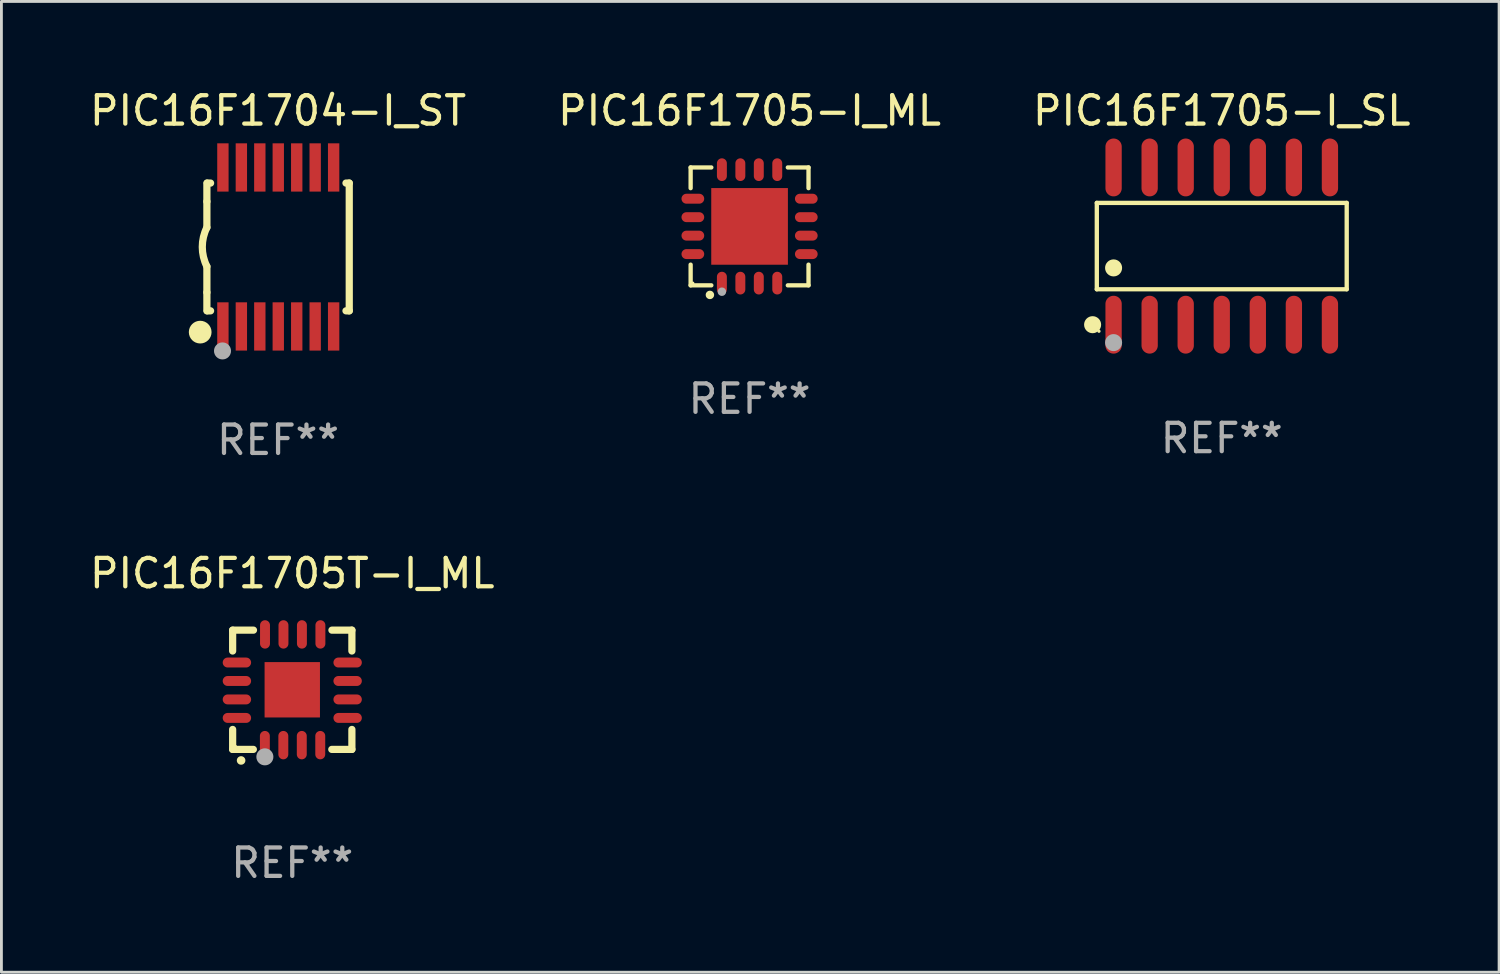
<source format=kicad_pcb>
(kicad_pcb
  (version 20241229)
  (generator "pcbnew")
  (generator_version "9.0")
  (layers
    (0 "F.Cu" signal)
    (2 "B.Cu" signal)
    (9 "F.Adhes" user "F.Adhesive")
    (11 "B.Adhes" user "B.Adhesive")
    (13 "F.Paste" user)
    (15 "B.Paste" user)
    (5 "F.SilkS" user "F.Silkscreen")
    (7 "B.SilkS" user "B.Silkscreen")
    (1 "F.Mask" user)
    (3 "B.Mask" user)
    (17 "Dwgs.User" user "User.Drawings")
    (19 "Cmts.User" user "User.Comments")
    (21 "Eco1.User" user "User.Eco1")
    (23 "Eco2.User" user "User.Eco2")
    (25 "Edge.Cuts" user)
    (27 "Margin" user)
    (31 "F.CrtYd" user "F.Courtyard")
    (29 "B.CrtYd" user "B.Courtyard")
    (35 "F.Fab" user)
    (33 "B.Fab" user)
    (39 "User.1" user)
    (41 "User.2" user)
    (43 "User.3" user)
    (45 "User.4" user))
  (footprint "PIC16F1704-I_ST"
    (layer "F.Cu")
    (at 6.744 5.648)
    (property "Reference" "PIC16F1704-I_ST" (at 0 -4.8 0) (layer "F.SilkS") (effects (font (size 1 1) (thickness 0.15))))
    (attr through_hole)
    (fp_line (start -2.507 -1.6) (end -2.507 -2.25) (stroke (width 0.254) (type solid)) (layer "F.SilkS"))
    (fp_line (start -2.507 -0.686) (end -2.507 -1.6) (stroke (width 0.254) (type solid)) (layer "F.SilkS"))
    (fp_line (start -2.507 1.6) (end -2.507 0.686) (stroke (width 0.254) (type solid)) (layer "F.SilkS"))
    (fp_line (start -2.507 1.6) (end -2.507 2.25) (stroke (width 0.254) (type solid)) (layer "F.SilkS"))
    (fp_line (start -2.493 -2.25) (end -2.377 -2.25) (stroke (width 0.254) (type solid)) (layer "F.SilkS"))
    (fp_line (start -2.377 2.25) (end -2.493 2.25) (stroke (width 0.254) (type solid)) (layer "F.SilkS"))
    (fp_line (start 2.392 -2.25) (end 2.507 -2.25) (stroke (width 0.254) (type solid)) (layer "F.SilkS"))
    (fp_line (start 2.507 -2.25) (end 2.507 2.25) (stroke (width 0.254) (type solid)) (layer "F.SilkS"))
    (fp_line (start 2.507 2.25) (end 2.392 2.25) (stroke (width 0.254) (type solid)) (layer "F.SilkS"))
    (fp_arc (start -2.507303 0.685802) (mid -2.669199 0) (end -2.507303 -0.685801) (stroke (width 0.254001) (type solid)) (layer "F.SilkS"))
    (fp_circle (center -2.743 3) (end -2.543 3) (stroke (width 0.4) (type solid)) (fill no) (layer "F.SilkS"))
    (fp_circle (center -2.493 3.2) (end -2.463 3.2) (stroke (width 0.06) (type solid)) (fill no) (layer "F.SilkS"))
    (fp_circle (center -1.957 3.662) (end -1.807 3.662) (stroke (width 0.3) (type solid)) (fill no) (layer "F.Fab"))
    (fp_text user "REF**" (at 0 6.8 0) (layer "F.Fab") (effects (font (size 1 1) (thickness 0.15))))
    (pad "1" smd rect (at -1.943 2.8) (size 0.4 1.7) (layers "F.Cu" "F.Mask" "F.Paste"))
    (pad "2" smd rect (at -1.293 2.8) (size 0.4 1.7) (layers "F.Cu" "F.Mask" "F.Paste"))
    (pad "3" smd rect (at -0.643 2.8) (size 0.4 1.7) (layers "F.Cu" "F.Mask" "F.Paste"))
    (pad "4" smd rect (at 0.007 2.8) (size 0.4 1.7) (layers "F.Cu" "F.Mask" "F.Paste"))
    (pad "5" smd rect (at 0.657 2.8) (size 0.4 1.7) (layers "F.Cu" "F.Mask" "F.Paste"))
    (pad "6" smd rect (at 1.307 2.8) (size 0.4 1.7) (layers "F.Cu" "F.Mask" "F.Paste"))
    (pad "7" smd rect (at 1.957 2.8) (size 0.4 1.7) (layers "F.Cu" "F.Mask" "F.Paste"))
    (pad "8" smd rect (at 1.957 -2.8) (size 0.4 1.7) (layers "F.Cu" "F.Mask" "F.Paste"))
    (pad "9" smd rect (at 1.307 -2.8) (size 0.4 1.7) (layers "F.Cu" "F.Mask" "F.Paste"))
    (pad "10" smd rect (at 0.657 -2.8) (size 0.4 1.7) (layers "F.Cu" "F.Mask" "F.Paste"))
    (pad "11" smd rect (at 0.007 -2.8) (size 0.4 1.7) (layers "F.Cu" "F.Mask" "F.Paste"))
    (pad "12" smd rect (at -0.643 -2.8) (size 0.4 1.7) (layers "F.Cu" "F.Mask" "F.Paste"))
    (pad "13" smd rect (at -1.293 -2.8) (size 0.4 1.7) (layers "F.Cu" "F.Mask" "F.Paste"))
    (pad "14" smd rect (at -1.943 -2.8) (size 0.4 1.7) (layers "F.Cu" "F.Mask" "F.Paste")))
  (footprint "PIC16F1705T-I_ML"
    (layer "F.Cu")
    (at 7.244 21.245)
    (property "Reference" "PIC16F1705T-I_ML" (at 0 -4.1 0) (layer "F.SilkS") (effects (font (size 1 1) (thickness 0.15))))
    (attr through_hole)
    (fp_line (start -2.1 -2.1) (end -1.366 -2.1) (stroke (width 0.254) (type solid)) (layer "F.SilkS"))
    (fp_line (start -2.1 -1.366) (end -2.1 -2.1) (stroke (width 0.254) (type solid)) (layer "F.SilkS"))
    (fp_line (start -2.1 2.1) (end -2.1 1.397) (stroke (width 0.254) (type solid)) (layer "F.SilkS"))
    (fp_line (start -2.1 2.1) (end -1.371 2.1) (stroke (width 0.254) (type solid)) (layer "F.SilkS"))
    (fp_line (start 1.392 2.1) (end 2.1 2.1) (stroke (width 0.254) (type solid)) (layer "F.SilkS"))
    (fp_line (start 1.397 -2.1) (end 2.1 -2.1) (stroke (width 0.254) (type solid)) (layer "F.SilkS"))
    (fp_line (start 2.1 -1.366) (end 2.1 -2.1) (stroke (width 0.254) (type solid)) (layer "F.SilkS"))
    (fp_line (start 2.1 2.1) (end 2.1 1.397) (stroke (width 0.254) (type solid)) (layer "F.SilkS"))
    (fp_arc (start -1.803404 2.489205) (mid -1.802134 2.4892) (end -1.800864 2.489205) (stroke (width 0.3) (type solid)) (layer "F.SilkS"))
    (fp_circle (center -2 2) (end -1.97 2) (stroke (width 0.06) (type solid)) (fill no) (layer "F.SilkS"))
    (fp_circle (center -0.965 2.362) (end -0.815 2.362) (stroke (width 0.3) (type solid)) (fill no) (layer "F.Fab"))
    (fp_text user "REF**" (at 0 6.1 0) (layer "F.Fab") (effects (font (size 1 1) (thickness 0.15))))
    (pad "1" smd oval (at -0.965 1.95) (size 0.35 1) (layers "F.Cu" "F.Mask" "F.Paste"))
    (pad "2" smd oval (at -0.315 1.95) (size 0.35 1) (layers "F.Cu" "F.Mask" "F.Paste"))
    (pad "3" smd oval (at 0.335 1.95) (size 0.35 1) (layers "F.Cu" "F.Mask" "F.Paste"))
    (pad "4" smd oval (at 0.986 1.95) (size 0.35 1) (layers "F.Cu" "F.Mask" "F.Paste"))
    (pad "5" smd oval (at 1.95 0.991) (size 1 0.35) (layers "F.Cu" "F.Mask" "F.Paste"))
    (pad "6" smd oval (at 1.95 0.34) (size 1 0.35) (layers "F.Cu" "F.Mask" "F.Paste"))
    (pad "7" smd oval (at 1.95 -0.31) (size 1 0.35) (layers "F.Cu" "F.Mask" "F.Paste"))
    (pad "8" smd oval (at 1.95 -0.96) (size 1 0.35) (layers "F.Cu" "F.Mask" "F.Paste"))
    (pad "9" smd oval (at 0.991 -1.95) (size 0.35 1) (layers "F.Cu" "F.Mask" "F.Paste"))
    (pad "10" smd oval (at 0.34 -1.95) (size 0.35 1) (layers "F.Cu" "F.Mask" "F.Paste"))
    (pad "11" smd oval (at -0.31 -1.95) (size 0.35 1) (layers "F.Cu" "F.Mask" "F.Paste"))
    (pad "12" smd oval (at -0.96 -1.95) (size 0.35 1) (layers "F.Cu" "F.Mask" "F.Paste"))
    (pad "13" smd oval (at -1.95 -0.96) (size 1 0.35) (layers "F.Cu" "F.Mask" "F.Paste"))
    (pad "14" smd oval (at -1.95 -0.31) (size 1 0.35) (layers "F.Cu" "F.Mask" "F.Paste"))
    (pad "15" smd oval (at -1.95 0.34) (size 1 0.35) (layers "F.Cu" "F.Mask" "F.Paste"))
    (pad "16" smd oval (at -1.95 0.991) (size 1 0.35) (layers "F.Cu" "F.Mask" "F.Paste"))
    (pad "17" smd rect (at 0 0) (size 1.95 1.95) (layers "F.Cu" "F.Mask" "F.Paste")))
  (footprint "PIC16F1705-I_ML"
    (layer "F.Cu")
    (at 23.351 4.924)
    (property "Reference" "PIC16F1705-I_ML" (at 0 -4.076 0) (layer "F.SilkS") (effects (font (size 1 1) (thickness 0.15))))
    (attr through_hole)
    (fp_line (start -2.076 -2.076) (end -1.347 -2.076) (stroke (width 0.152) (type solid)) (layer "F.SilkS"))
    (fp_line (start -2.076 -1.347) (end -2.076 -2.076) (stroke (width 0.152) (type solid)) (layer "F.SilkS"))
    (fp_line (start -2.076 1.347) (end -2.076 2.076) (stroke (width 0.152) (type solid)) (layer "F.SilkS"))
    (fp_line (start -2.076 2.076) (end -1.347 2.076) (stroke (width 0.152) (type solid)) (layer "F.SilkS"))
    (fp_line (start 2.076 -2.076) (end 1.347 -2.076) (stroke (width 0.152) (type solid)) (layer "F.SilkS"))
    (fp_line (start 2.076 -1.347) (end 2.076 -2.076) (stroke (width 0.152) (type solid)) (layer "F.SilkS"))
    (fp_line (start 2.076 1.347) (end 2.076 2.076) (stroke (width 0.152) (type solid)) (layer "F.SilkS"))
    (fp_line (start 2.076 2.076) (end 1.347 2.076) (stroke (width 0.152) (type solid)) (layer "F.SilkS"))
    (fp_circle (center -2 2) (end -1.97 2) (stroke (width 0.06) (type solid)) (fill no) (layer "F.SilkS"))
    (fp_circle (center -1.397 2.413) (end -1.322 2.413) (stroke (width 0.15) (type solid)) (fill no) (layer "F.SilkS"))
    (fp_circle (center -0.975 2.3) (end -0.9 2.3) (stroke (width 0.15) (type solid)) (fill no) (layer "F.Fab"))
    (fp_text user "REF**" (at 0 6.076 0) (layer "F.Fab") (effects (font (size 1 1) (thickness 0.15))))
    (pad "1" smd oval (at -0.975 1.998) (size 0.35 0.8) (layers "F.Cu" "F.Mask" "F.Paste"))
    (pad "2" smd oval (at -0.325 1.998) (size 0.35 0.8) (layers "F.Cu" "F.Mask" "F.Paste"))
    (pad "3" smd oval (at 0.325 1.998) (size 0.35 0.8) (layers "F.Cu" "F.Mask" "F.Paste"))
    (pad "4" smd oval (at 0.975 1.998) (size 0.35 0.8) (layers "F.Cu" "F.Mask" "F.Paste"))
    (pad "5" smd oval (at 1.998 0.975) (size 0.8 0.35) (layers "F.Cu" "F.Mask" "F.Paste"))
    (pad "6" smd oval (at 1.998 0.325) (size 0.8 0.35) (layers "F.Cu" "F.Mask" "F.Paste"))
    (pad "7" smd oval (at 1.998 -0.325) (size 0.8 0.35) (layers "F.Cu" "F.Mask" "F.Paste"))
    (pad "8" smd oval (at 1.998 -0.975) (size 0.8 0.35) (layers "F.Cu" "F.Mask" "F.Paste"))
    (pad "9" smd oval (at 0.975 -1.998) (size 0.35 0.8) (layers "F.Cu" "F.Mask" "F.Paste"))
    (pad "10" smd oval (at 0.325 -1.998) (size 0.35 0.8) (layers "F.Cu" "F.Mask" "F.Paste"))
    (pad "11" smd oval (at -0.325 -1.998) (size 0.35 0.8) (layers "F.Cu" "F.Mask" "F.Paste"))
    (pad "12" smd oval (at -0.975 -1.998) (size 0.35 0.8) (layers "F.Cu" "F.Mask" "F.Paste"))
    (pad "13" smd oval (at -1.998 -0.975) (size 0.8 0.35) (layers "F.Cu" "F.Mask" "F.Paste"))
    (pad "14" smd oval (at -1.998 -0.325) (size 0.8 0.35) (layers "F.Cu" "F.Mask" "F.Paste"))
    (pad "15" smd oval (at -1.998 0.325) (size 0.8 0.35) (layers "F.Cu" "F.Mask" "F.Paste"))
    (pad "16" smd oval (at -1.998 0.975) (size 0.8 0.35) (layers "F.Cu" "F.Mask" "F.Paste"))
    (pad "17" smd rect (at 0 0) (size 2.7 2.7) (layers "F.Cu" "F.Mask" "F.Paste")))
  (footprint "PIC16F1705-I_SL"
    (layer "F.Cu")
    (at 39.982 5.617)
    (property "Reference" "PIC16F1705-I_SL" (at 0 -4.769 0) (layer "F.SilkS") (effects (font (size 1 1) (thickness 0.15))))
    (attr through_hole)
    (fp_line (start -4.401 -1.521) (end 4.401 -1.521) (stroke (width 0.152) (type solid)) (layer "F.SilkS"))
    (fp_line (start -4.401 1.521) (end -4.401 -1.521) (stroke (width 0.152) (type solid)) (layer "F.SilkS"))
    (fp_line (start 4.401 -1.521) (end 4.401 1.521) (stroke (width 0.152) (type solid)) (layer "F.SilkS"))
    (fp_line (start 4.401 1.521) (end -4.401 1.521) (stroke (width 0.152) (type solid)) (layer "F.SilkS"))
    (fp_circle (center -4.549 2.769) (end -4.399 2.769) (stroke (width 0.3) (type solid)) (fill no) (layer "F.SilkS"))
    (fp_circle (center -4.325 3) (end -4.295 3) (stroke (width 0.06) (type solid)) (fill no) (layer "F.SilkS"))
    (fp_circle (center -3.81 0.769) (end -3.66 0.769) (stroke (width 0.3) (type solid)) (fill no) (layer "F.SilkS"))
    (fp_circle (center -3.81 3.4) (end -3.66 3.4) (stroke (width 0.3) (type solid)) (fill no) (layer "F.Fab"))
    (fp_text user "REF**" (at 0 6.769 0) (layer "F.Fab") (effects (font (size 1 1) (thickness 0.15))))
    (pad "1" smd oval (at -3.81 2.769) (size 0.574 2.038) (layers "F.Cu" "F.Mask" "F.Paste"))
    (pad "2" smd oval (at -2.54 2.769) (size 0.574 2.038) (layers "F.Cu" "F.Mask" "F.Paste"))
    (pad "3" smd oval (at -1.27 2.769) (size 0.574 2.038) (layers "F.Cu" "F.Mask" "F.Paste"))
    (pad "4" smd oval (at 0 2.769) (size 0.574 2.038) (layers "F.Cu" "F.Mask" "F.Paste"))
    (pad "5" smd oval (at 1.27 2.769) (size 0.574 2.038) (layers "F.Cu" "F.Mask" "F.Paste"))
    (pad "6" smd oval (at 2.54 2.769) (size 0.574 2.038) (layers "F.Cu" "F.Mask" "F.Paste"))
    (pad "7" smd oval (at 3.81 2.769) (size 0.574 2.038) (layers "F.Cu" "F.Mask" "F.Paste"))
    (pad "8" smd oval (at 3.81 -2.769) (size 0.574 2.038) (layers "F.Cu" "F.Mask" "F.Paste"))
    (pad "9" smd oval (at 2.54 -2.769) (size 0.574 2.038) (layers "F.Cu" "F.Mask" "F.Paste"))
    (pad "10" smd oval (at 1.27 -2.769) (size 0.574 2.038) (layers "F.Cu" "F.Mask" "F.Paste"))
    (pad "11" smd oval (at 0 -2.769) (size 0.574 2.038) (layers "F.Cu" "F.Mask" "F.Paste"))
    (pad "12" smd oval (at -1.27 -2.769) (size 0.574 2.038) (layers "F.Cu" "F.Mask" "F.Paste"))
    (pad "13" smd oval (at -2.54 -2.769) (size 0.574 2.038) (layers "F.Cu" "F.Mask" "F.Paste"))
    (pad "14" smd oval (at -3.81 -2.769) (size 0.574 2.038) (layers "F.Cu" "F.Mask" "F.Paste")))
  (gr_rect
    (start -3 -3)
    (end 49.75 31.193)
    (stroke (width 0.1) (type default))
    (fill no)
    (layer "Edge.Cuts")))
</source>
